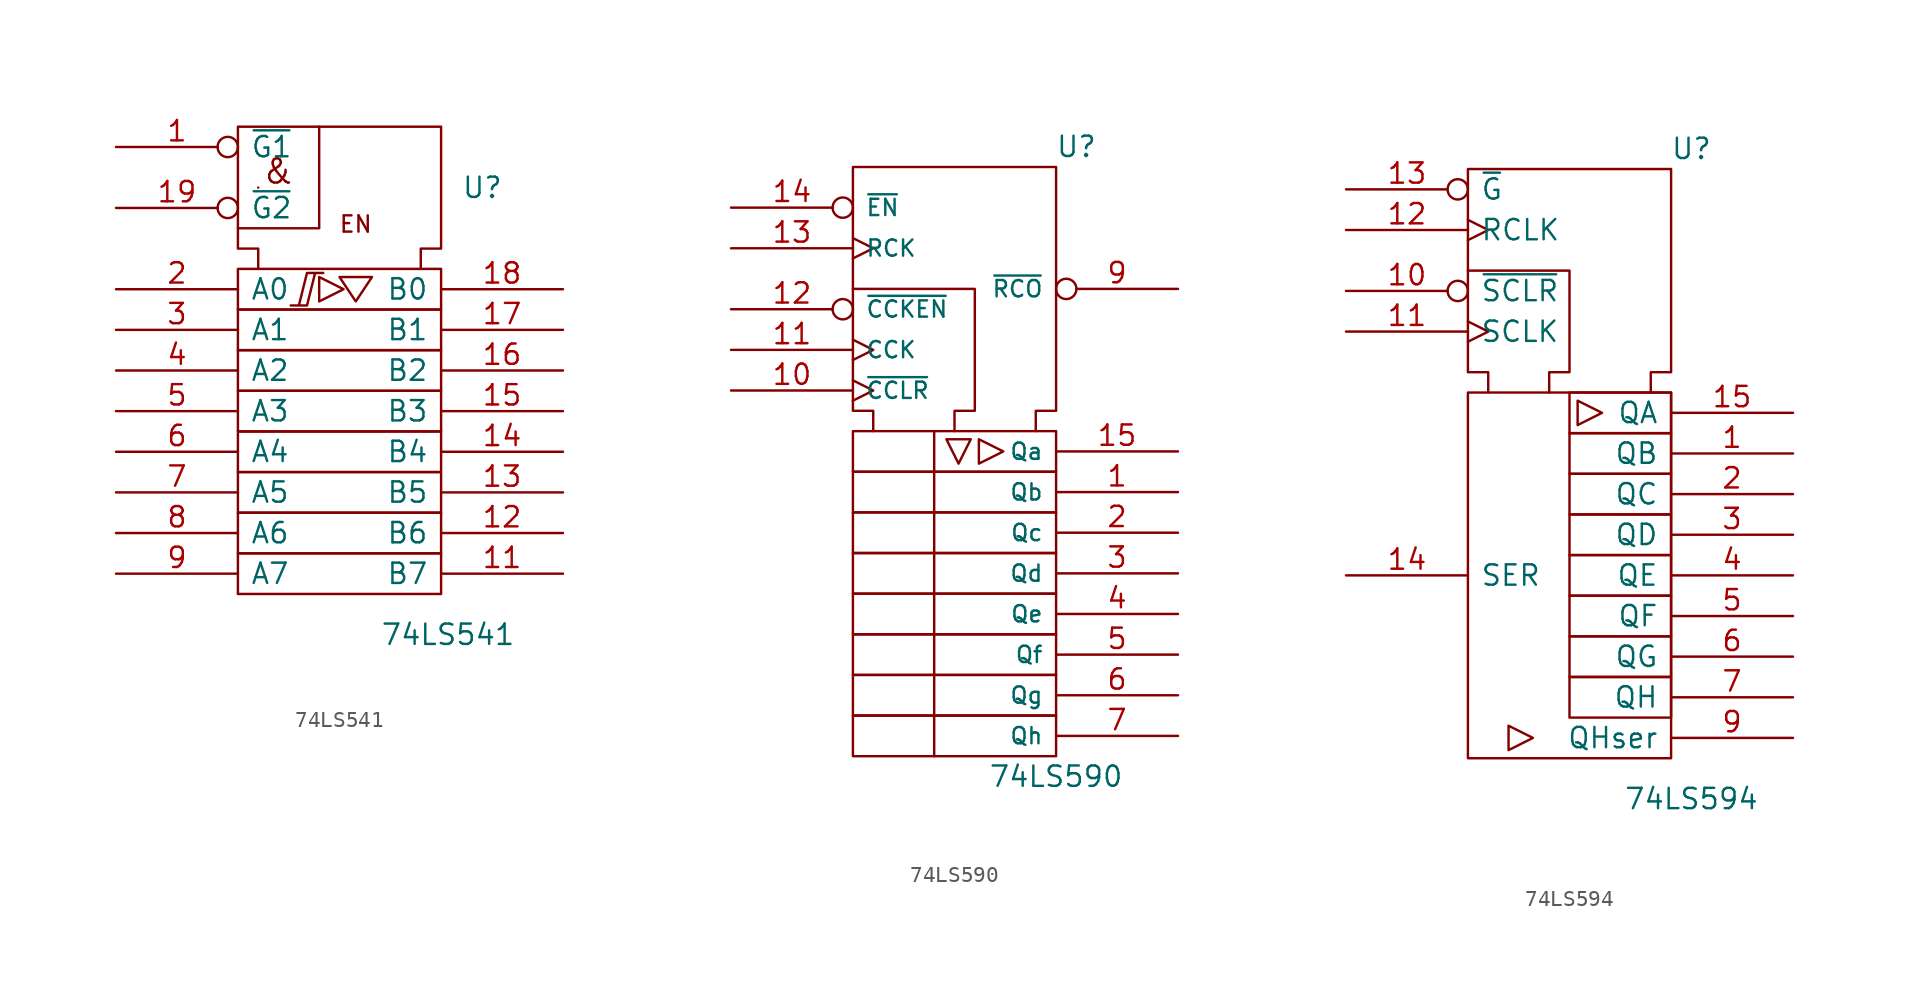
<source format=kicad_sym>
(kicad_symbol_lib
  (version 20211014)
  (generator kicad_symbol_editor)
  (symbol "74LS541"
    (pin_names
      (offset 0.762))
    (property "Reference" "U"
      (at 7.62 12.7 0)
      (effects (font (size 1.27 1.27)) (justify left)))
    (property "Value" "74LS541"
      (at 2.54 -15.24 0)
      (effects (font (size 1.27 1.27)) (justify left)))
    (symbol "74LS541_0_0"
      (polyline (pts (xy -5.08 12.7) (xy -5.08 12.7) (xy -5.08 12.7)) (stroke (width 0) (type default) (color 0 0 0 0)) (fill (type none)))
      (polyline (pts (xy -1.27 16.51) (xy -1.27 10.16) (xy -6.35 10.16) (xy -6.35 10.16)) (stroke (width 0) (type default) (color 0 0 0 0)) (fill (type none)))
      (polyline (pts (xy -1.27 7.112) (xy -1.27 5.588) (xy 0.254 6.35) (xy -1.27 7.112) (xy -1.27 7.112)) (stroke (width 0) (type default) (color 0 0 0 0)) (fill (type none)))
      (polyline (pts (xy 0 7.112) (xy 2.032 7.112) (xy 1.016 5.588) (xy 0 7.112) (xy 0 7.112)) (stroke (width 0) (type default) (color 0 0 0 0)) (fill (type none)))
      (polyline (pts (xy -3.048 5.334) (xy -2.032 5.334) (xy -1.524 7.366) (xy -1.016 7.366) (xy -2.032 7.366) (xy -2.54 5.334) (xy -2.54 5.334)) (stroke (width 0) (type default) (color 0 0 0 0)) (fill (type none)))
      (text "&" (at -3.81 13.716 0) (effects (font (size 1.524 1.524))))
      (text "EN" (at 1.016 10.414 0) (effects (font (size 1.016 1.016))))
      (pin power_in line (at 1.27 16.51 270) (length 0) hide (name "GND" (effects (font (size 1.27 1.27)))) (number "10" (effects (font (size 1.27 1.27)))))
      (pin power_in line (at 5.08 16.51 270) (length 0) hide (name "VCC" (effects (font (size 1.27 1.27)))) (number "20" (effects (font (size 1.27 1.27))))))
    (symbol "74LS541_0_1"
      (rectangle (start -6.35 -10.16) (end 6.35 -12.7) (stroke (width 0) (type default) (color 0 0 0 0)) (fill (type none)))
      (rectangle (start -6.35 -7.62) (end 6.35 -10.16) (stroke (width 0) (type default) (color 0 0 0 0)) (fill (type none)))
      (rectangle (start -6.35 -5.08) (end 6.35 -7.62) (stroke (width 0) (type default) (color 0 0 0 0)) (fill (type none)))
      (rectangle (start -6.35 -2.54) (end 6.35 -5.08) (stroke (width 0) (type default) (color 0 0 0 0)) (fill (type none)))
      (rectangle (start -6.35 0) (end 6.35 -2.54) (stroke (width 0) (type default) (color 0 0 0 0)) (fill (type none)))
      (rectangle (start -6.35 2.54) (end 6.35 0) (stroke (width 0) (type default) (color 0 0 0 0)) (fill (type none)))
      (rectangle (start -6.35 5.08) (end 6.35 2.54) (stroke (width 0) (type default) (color 0 0 0 0)) (fill (type none)))
      (rectangle (start -6.35 7.62) (end 6.35 5.08) (stroke (width 0) (type default) (color 0 0 0 0)) (fill (type none)))
      (polyline (pts (xy -5.08 7.62) (xy -5.08 8.89) (xy -6.35 8.89) (xy -6.35 16.51) (xy 6.35 16.51) (xy 6.35 8.89) (xy 5.08 8.89) (xy 5.08 7.62) (xy 5.08 7.62)) (stroke (width 0) (type default) (color 0 0 0 0)) (fill (type none))))
    (symbol "74LS541_1_1"
      (pin input inverted (at -13.97 15.24 0) (length 7.62) (name "~{G1}" (effects (font (size 1.27 1.27)))) (number "1" (effects (font (size 1.27 1.27)))))
      (pin tri_state line (at 13.97 -11.43 180) (length 7.62) (name "B7" (effects (font (size 1.27 1.27)))) (number "11" (effects (font (size 1.27 1.27)))))
      (pin tri_state line (at 13.97 -8.89 180) (length 7.62) (name "B6" (effects (font (size 1.27 1.27)))) (number "12" (effects (font (size 1.27 1.27)))))
      (pin tri_state line (at 13.97 -6.35 180) (length 7.62) (name "B5" (effects (font (size 1.27 1.27)))) (number "13" (effects (font (size 1.27 1.27)))))
      (pin tri_state line (at 13.97 -3.81 180) (length 7.62) (name "B4" (effects (font (size 1.27 1.27)))) (number "14" (effects (font (size 1.27 1.27)))))
      (pin tri_state line (at 13.97 -1.27 180) (length 7.62) (name "B3" (effects (font (size 1.27 1.27)))) (number "15" (effects (font (size 1.27 1.27)))))
      (pin tri_state line (at 13.97 1.27 180) (length 7.62) (name "B2" (effects (font (size 1.27 1.27)))) (number "16" (effects (font (size 1.27 1.27)))))
      (pin tri_state line (at 13.97 3.81 180) (length 7.62) (name "B1" (effects (font (size 1.27 1.27)))) (number "17" (effects (font (size 1.27 1.27)))))
      (pin tri_state line (at 13.97 6.35 180) (length 7.62) (name "B0" (effects (font (size 1.27 1.27)))) (number "18" (effects (font (size 1.27 1.27)))))
      (pin input inverted (at -13.97 11.43 0) (length 7.62) (name "~{G2}" (effects (font (size 1.27 1.27)))) (number "19" (effects (font (size 1.27 1.27)))))
      (pin tri_state line (at -13.97 6.35 0) (length 7.62) (name "A0" (effects (font (size 1.27 1.27)))) (number "2" (effects (font (size 1.27 1.27)))))
      (pin tri_state line (at -13.97 3.81 0) (length 7.62) (name "A1" (effects (font (size 1.27 1.27)))) (number "3" (effects (font (size 1.27 1.27)))))
      (pin tri_state line (at -13.97 1.27 0) (length 7.62) (name "A2" (effects (font (size 1.27 1.27)))) (number "4" (effects (font (size 1.27 1.27)))))
      (pin tri_state line (at -13.97 -1.27 0) (length 7.62) (name "A3" (effects (font (size 1.27 1.27)))) (number "5" (effects (font (size 1.27 1.27)))))
      (pin tri_state line (at -13.97 -3.81 0) (length 7.62) (name "A4" (effects (font (size 1.27 1.27)))) (number "6" (effects (font (size 1.27 1.27)))))
      (pin tri_state line (at -13.97 -6.35 0) (length 7.62) (name "A5" (effects (font (size 1.27 1.27)))) (number "7" (effects (font (size 1.27 1.27)))))
      (pin tri_state line (at -13.97 -8.89 0) (length 7.62) (name "A6" (effects (font (size 1.27 1.27)))) (number "8" (effects (font (size 1.27 1.27)))))
      (pin tri_state line (at -13.97 -11.43 0) (length 7.62) (name "A7" (effects (font (size 1.27 1.27)))) (number "9" (effects (font (size 1.27 1.27)))))))
  (symbol "74LS590"
    (pin_names
      (offset 0.762))
    (property "Reference" "U"
      (at 7.62 20.32 0)
      (effects (font (size 1.27 1.27))))
    (property "Value" "74LS590"
      (at 6.35 -19.05 0)
      (effects (font (size 1.27 1.27))))
    (symbol "74LS590_0_0"
      (rectangle (start -6.35 -15.24) (end 6.35 -17.78) (stroke (width 0) (type default) (color 0 0 0 0)) (fill (type none)))
      (rectangle (start -6.35 -12.7) (end 6.35 -15.24) (stroke (width 0) (type default) (color 0 0 0 0)) (fill (type none)))
      (rectangle (start -6.35 -10.16) (end 6.35 -12.7) (stroke (width 0) (type default) (color 0 0 0 0)) (fill (type none)))
      (rectangle (start -6.35 -7.62) (end 6.35 -10.16) (stroke (width 0) (type default) (color 0 0 0 0)) (fill (type none)))
      (rectangle (start -6.35 -5.08) (end 6.35 -7.62) (stroke (width 0) (type default) (color 0 0 0 0)) (fill (type none)))
      (rectangle (start -6.35 -2.54) (end 6.35 -5.08) (stroke (width 0) (type default) (color 0 0 0 0)) (fill (type none)))
      (rectangle (start -6.35 0) (end 6.35 -2.54) (stroke (width 0) (type default) (color 0 0 0 0)) (fill (type none)))
      (rectangle (start -6.35 2.54) (end 6.35 0) (stroke (width 0) (type default) (color 0 0 0 0)) (fill (type none)))
      (polyline (pts (xy -1.27 2.54) (xy -1.27 -17.78) (xy -1.27 -17.78)) (stroke (width 0) (type default) (color 0 0 0 0)) (fill (type none)))
      (polyline (pts (xy -0.508 2.032) (xy 1.016 2.032) (xy 0.254 0.508) (xy -0.508 2.032) (xy -0.508 2.032)) (stroke (width 0) (type default) (color 0 0 0 0)) (fill (type none)))
      (polyline (pts (xy 1.524 2.032) (xy 3.048 1.27) (xy 1.524 0.508) (xy 1.524 2.032) (xy 1.524 2.032)) (stroke (width 0) (type default) (color 0 0 0 0)) (fill (type none)))
      (polyline (pts (xy -6.35 11.43) (xy 1.27 11.43) (xy 1.27 3.81) (xy 0 3.81) (xy 0 2.54) (xy 0 2.54)) (stroke (width 0) (type default) (color 0 0 0 0)) (fill (type none)))
      (polyline (pts (xy -5.08 2.54) (xy -5.08 3.81) (xy -6.35 3.81) (xy -6.35 19.05) (xy 6.35 19.05) (xy 6.35 3.81) (xy 5.08 3.81) (xy 5.08 2.54) (xy 5.08 2.54)) (stroke (width 0) (type default) (color 0 0 0 0)) (fill (type none))))
    (symbol "74LS590_0_1"
      (pin power_in line (at 5.08 19.05 270) (length 0) hide (name "Vcc" (effects (font (size 1.016 1.016)))) (number "16" (effects (font (size 1.27 1.27)))))
      (pin power_in line (at 1.27 19.05 270) (length 0) hide (name "Gnd" (effects (font (size 1.016 1.016)))) (number "8" (effects (font (size 1.27 1.27))))))
    (symbol "74LS590_1_1"
      (pin output line (at 13.97 -1.27 180) (length 7.62) (name "Qb" (effects (font (size 1.016 1.016)))) (number "1" (effects (font (size 1.27 1.27)))))
      (pin input clock (at -13.97 5.08 0) (length 7.62) (name "~{CCLR}" (effects (font (size 1.016 1.016)))) (number "10" (effects (font (size 1.27 1.27)))))
      (pin input clock (at -13.97 7.62 0) (length 7.62) (name "CCK" (effects (font (size 1.016 1.016)))) (number "11" (effects (font (size 1.27 1.27)))))
      (pin input inverted (at -13.97 10.16 0) (length 7.62) (name "~{CCKEN}" (effects (font (size 1.016 1.016)))) (number "12" (effects (font (size 1.27 1.27)))))
      (pin input clock (at -13.97 13.97 0) (length 7.62) (name "RCK" (effects (font (size 1.016 1.016)))) (number "13" (effects (font (size 1.27 1.27)))))
      (pin input inverted (at -13.97 16.51 0) (length 7.62) (name "~{EN}" (effects (font (size 1.016 1.016)))) (number "14" (effects (font (size 1.27 1.27)))))
      (pin output line (at 13.97 1.27 180) (length 7.62) (name "Qa" (effects (font (size 1.016 1.016)))) (number "15" (effects (font (size 1.27 1.27)))))
      (pin output line (at 13.97 -3.81 180) (length 7.62) (name "Qc" (effects (font (size 1.016 1.016)))) (number "2" (effects (font (size 1.27 1.27)))))
      (pin output line (at 13.97 -6.35 180) (length 7.62) (name "Qd" (effects (font (size 1.016 1.016)))) (number "3" (effects (font (size 1.27 1.27)))))
      (pin output line (at 13.97 -8.89 180) (length 7.62) (name "Qe" (effects (font (size 1.016 1.016)))) (number "4" (effects (font (size 1.27 1.27)))))
      (pin output line (at 13.97 -11.43 180) (length 7.62) (name "Qf" (effects (font (size 1.016 1.016)))) (number "5" (effects (font (size 1.27 1.27)))))
      (pin output line (at 13.97 -13.97 180) (length 7.62) (name "Qg" (effects (font (size 1.016 1.016)))) (number "6" (effects (font (size 1.27 1.27)))))
      (pin output line (at 13.97 -16.51 180) (length 7.62) (name "Qh" (effects (font (size 1.016 1.016)))) (number "7" (effects (font (size 1.27 1.27)))))
      (pin output inverted (at 13.97 11.43 180) (length 7.62) (name "~{RCO}" (effects (font (size 1.016 1.016)))) (number "9" (effects (font (size 1.27 1.27)))))))
  (symbol "74LS594"
    (pin_names
      (offset 0.762))
    (property "Reference" "U"
      (at 7.62 16.51 0)
      (effects (font (size 1.27 1.27))))
    (property "Value" "74LS594"
      (at 7.62 -24.13 0)
      (effects (font (size 1.27 1.27))))
    (symbol "74LS594_0_0"
      (rectangle (start -6.35 1.27) (end 6.35 -21.59) (stroke (width 0) (type default) (color 0 0 0 0)) (fill (type none)))
      (rectangle (start 0 -16.51) (end 6.35 -19.05) (stroke (width 0) (type default) (color 0 0 0 0)) (fill (type none)))
      (rectangle (start 0 -13.97) (end 6.35 -16.51) (stroke (width 0) (type default) (color 0 0 0 0)) (fill (type none)))
      (rectangle (start 0 -11.43) (end 6.35 -13.97) (stroke (width 0) (type default) (color 0 0 0 0)) (fill (type none)))
      (rectangle (start 0 -8.89) (end 6.35 -11.43) (stroke (width 0) (type default) (color 0 0 0 0)) (fill (type none)))
      (rectangle (start 0 -6.35) (end 6.35 -8.89) (stroke (width 0) (type default) (color 0 0 0 0)) (fill (type none)))
      (rectangle (start 0 -3.81) (end 6.35 -6.35) (stroke (width 0) (type default) (color 0 0 0 0)) (fill (type none)))
      (rectangle (start 0 -1.27) (end 6.35 -3.81) (stroke (width 0) (type default) (color 0 0 0 0)) (fill (type none)))
      (polyline (pts (xy -2.286 -20.32) (xy -3.81 -19.558) (xy -3.81 -21.082) (xy -2.286 -20.32) (xy -2.286 -20.32)) (stroke (width 0) (type default) (color 0 0 0 0)) (fill (type none)))
      (polyline (pts (xy 0.508 0.762) (xy 0.508 -0.762) (xy 2.032 0) (xy 0.508 0.762) (xy 0.508 0.762)) (stroke (width 0) (type default) (color 0 0 0 0)) (fill (type none)))
      (polyline (pts (xy -6.35 8.89) (xy 0 8.89) (xy 0 2.54) (xy -1.27 2.54) (xy -1.27 1.27) (xy -1.27 1.27)) (stroke (width 0) (type default) (color 0 0 0 0)) (fill (type none)))
      (polyline (pts (xy -5.08 1.27) (xy -5.08 2.54) (xy -6.35 2.54) (xy -6.35 15.24) (xy 6.35 15.24) (xy 6.35 2.54) (xy 5.08 2.54) (xy 5.08 1.27) (xy 5.08 1.27)) (stroke (width 0) (type default) (color 0 0 0 0)) (fill (type none)))
      (rectangle (start 0 1.27) (end 6.35 -1.27) (stroke (width 0) (type default) (color 0 0 0 0)) (fill (type none))))
    (symbol "74LS594_0_1"
      (pin power_in line (at 0 15.24 270) (length 0) hide (name "GND" (effects (font (size 1.27 1.27)))) (number "8" (effects (font (size 1.27 1.27))))))
    (symbol "74LS594_1_1"
      (pin tri_state line (at 13.97 -2.54 180) (length 7.62) (name "QB" (effects (font (size 1.27 1.27)))) (number "1" (effects (font (size 1.27 1.27)))))
      (pin input inverted (at -13.97 7.62 0) (length 7.62) (name "~{SCLR}" (effects (font (size 1.27 1.27)))) (number "10" (effects (font (size 1.27 1.27)))))
      (pin input clock (at -13.97 5.08 0) (length 7.62) (name "SCLK" (effects (font (size 1.27 1.27)))) (number "11" (effects (font (size 1.27 1.27)))))
      (pin input clock (at -13.97 11.43 0) (length 7.62) (name "RCLK" (effects (font (size 1.27 1.27)))) (number "12" (effects (font (size 1.27 1.27)))))
      (pin input inverted (at -13.97 13.97 0) (length 7.62) (name "~{G}" (effects (font (size 1.27 1.27)))) (number "13" (effects (font (size 1.27 1.27)))))
      (pin input line (at -13.97 -10.16 0) (length 7.62) (name "SER" (effects (font (size 1.27 1.27)))) (number "14" (effects (font (size 1.27 1.27)))))
      (pin tri_state line (at 13.97 0 180) (length 7.62) (name "QA" (effects (font (size 1.27 1.27)))) (number "15" (effects (font (size 1.27 1.27)))))
      (pin power_in line (at 3.81 15.24 270) (length 0) hide (name "VCC" (effects (font (size 1.27 1.27)))) (number "16" (effects (font (size 1.27 1.27)))))
      (pin tri_state line (at 13.97 -5.08 180) (length 7.62) (name "QC" (effects (font (size 1.27 1.27)))) (number "2" (effects (font (size 1.27 1.27)))))
      (pin tri_state line (at 13.97 -7.62 180) (length 7.62) (name "QD" (effects (font (size 1.27 1.27)))) (number "3" (effects (font (size 1.27 1.27)))))
      (pin tri_state line (at 13.97 -10.16 180) (length 7.62) (name "QE" (effects (font (size 1.27 1.27)))) (number "4" (effects (font (size 1.27 1.27)))))
      (pin tri_state line (at 13.97 -12.7 180) (length 7.62) (name "QF" (effects (font (size 1.27 1.27)))) (number "5" (effects (font (size 1.27 1.27)))))
      (pin tri_state line (at 13.97 -15.24 180) (length 7.62) (name "QG" (effects (font (size 1.27 1.27)))) (number "6" (effects (font (size 1.27 1.27)))))
      (pin tri_state line (at 13.97 -17.78 180) (length 7.62) (name "QH" (effects (font (size 1.27 1.27)))) (number "7" (effects (font (size 1.27 1.27)))))
      (pin output line (at 13.97 -20.32 180) (length 7.62) (name "QHser" (effects (font (size 1.27 1.27)))) (number "9" (effects (font (size 1.27 1.27))))))))
</source>
